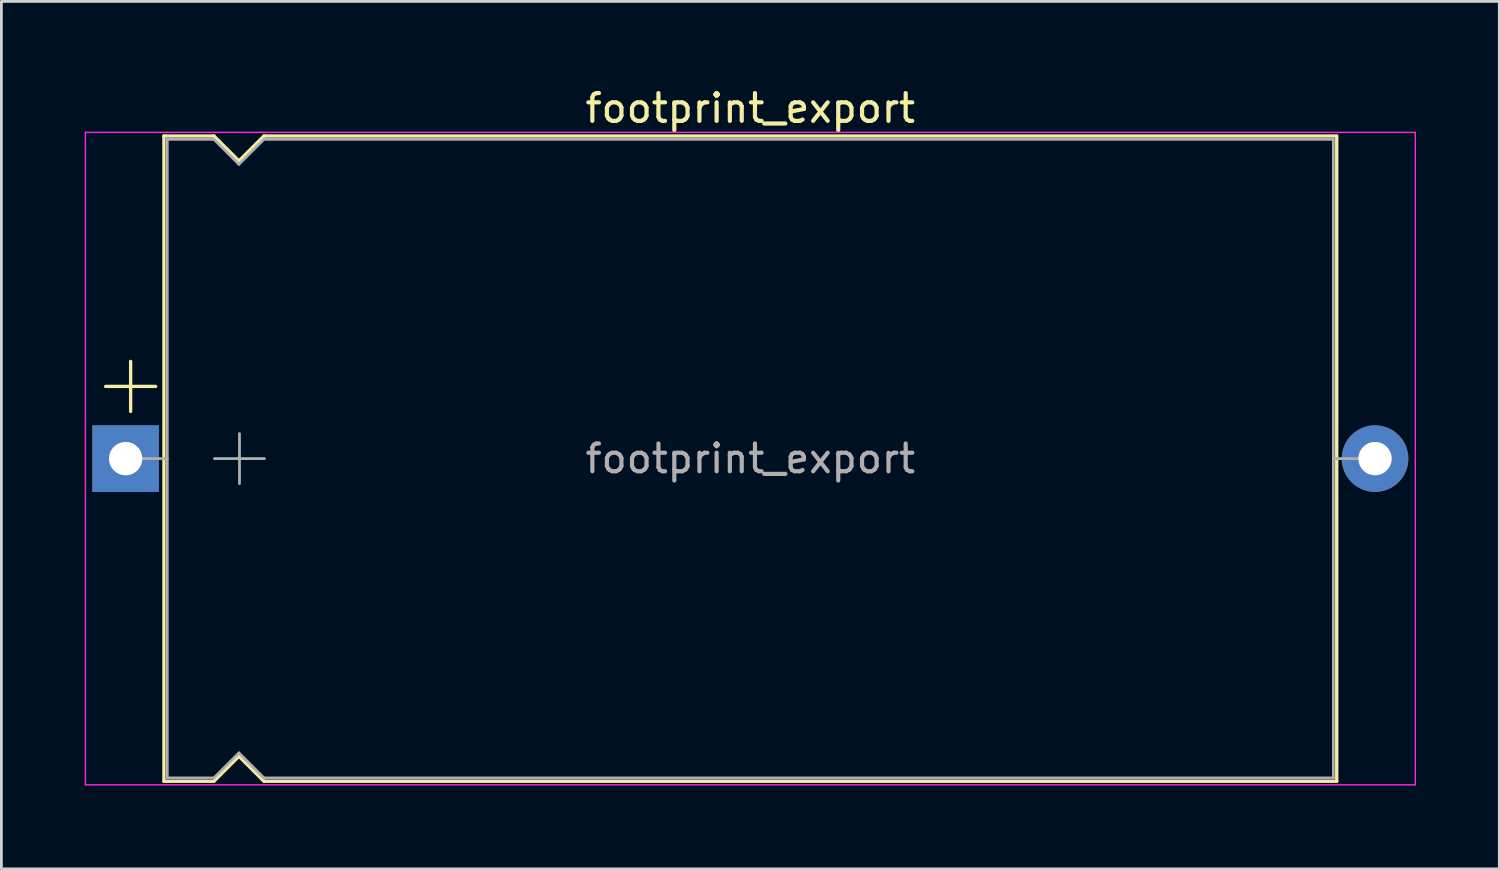
<source format=kicad_pcb>
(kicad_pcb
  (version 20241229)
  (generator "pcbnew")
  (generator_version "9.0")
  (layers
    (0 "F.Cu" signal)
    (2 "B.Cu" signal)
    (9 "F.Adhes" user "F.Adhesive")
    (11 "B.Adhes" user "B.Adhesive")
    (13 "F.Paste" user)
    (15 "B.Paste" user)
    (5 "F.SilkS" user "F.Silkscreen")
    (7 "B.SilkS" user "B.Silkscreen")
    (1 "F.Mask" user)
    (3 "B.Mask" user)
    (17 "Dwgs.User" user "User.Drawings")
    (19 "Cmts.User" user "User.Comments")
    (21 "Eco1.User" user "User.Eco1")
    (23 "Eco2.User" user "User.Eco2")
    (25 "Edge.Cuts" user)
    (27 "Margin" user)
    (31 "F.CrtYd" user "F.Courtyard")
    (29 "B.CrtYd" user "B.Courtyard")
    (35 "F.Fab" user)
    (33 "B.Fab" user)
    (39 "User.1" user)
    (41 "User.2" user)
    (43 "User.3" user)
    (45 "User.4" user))
  (footprint "footprint_export"
    (layer "F.Cu")
    (at 1.475 13.468)
    (property "Reference" "footprint_export" (at 22.5 -12.62 0) (layer "F.SilkS") (effects (font (size 1 1) (thickness 0.15))))
    (attr through_hole)
    (fp_line (start -0.72 -2.6) (end 1.08 -2.6) (stroke (width 0.12) (type solid)) (layer "F.SilkS"))
    (fp_line (start 0.18 -3.5) (end 0.18 -1.7) (stroke (width 0.12) (type solid)) (layer "F.SilkS"))
    (fp_line (start 1.38 -11.62) (end 1.38 11.62) (stroke (width 0.12) (type solid)) (layer "F.SilkS"))
    (fp_line (start 1.38 -11.62) (end 3.18 -11.62) (stroke (width 0.12) (type solid)) (layer "F.SilkS"))
    (fp_line (start 1.38 11.62) (end 3.18 11.62) (stroke (width 0.12) (type solid)) (layer "F.SilkS"))
    (fp_line (start 3.18 -11.62) (end 4.08 -10.72) (stroke (width 0.12) (type solid)) (layer "F.SilkS"))
    (fp_line (start 3.18 11.62) (end 4.08 10.72) (stroke (width 0.12) (type solid)) (layer "F.SilkS"))
    (fp_line (start 4.08 -10.72) (end 4.98 -11.62) (stroke (width 0.12) (type solid)) (layer "F.SilkS"))
    (fp_line (start 4.08 10.72) (end 4.98 11.62) (stroke (width 0.12) (type solid)) (layer "F.SilkS"))
    (fp_line (start 4.98 -11.62) (end 43.62 -11.62) (stroke (width 0.12) (type solid)) (layer "F.SilkS"))
    (fp_line (start 4.98 11.62) (end 43.62 11.62) (stroke (width 0.12) (type solid)) (layer "F.SilkS"))
    (fp_line (start 43.62 -11.62) (end 43.62 11.62) (stroke (width 0.12) (type solid)) (layer "F.SilkS"))
    (fp_line (start -1.45 -11.75) (end -1.45 11.75) (stroke (width 0.05) (type solid)) (layer "F.CrtYd"))
    (fp_line (start -1.45 11.75) (end 46.45 11.75) (stroke (width 0.05) (type solid)) (layer "F.CrtYd"))
    (fp_line (start 46.45 -11.75) (end -1.45 -11.75) (stroke (width 0.05) (type solid)) (layer "F.CrtYd"))
    (fp_line (start 46.45 11.75) (end 46.45 -11.75) (stroke (width 0.05) (type solid)) (layer "F.CrtYd"))
    (fp_line (start 0 0) (end 1.5 0) (stroke (width 0.1) (type solid)) (layer "F.Fab"))
    (fp_line (start 1.5 -11.5) (end 1.5 11.5) (stroke (width 0.1) (type solid)) (layer "F.Fab"))
    (fp_line (start 1.5 -11.5) (end 3.18 -11.5) (stroke (width 0.1) (type solid)) (layer "F.Fab"))
    (fp_line (start 1.5 11.5) (end 3.18 11.5) (stroke (width 0.1) (type solid)) (layer "F.Fab"))
    (fp_line (start 3.18 -11.5) (end 4.08 -10.6) (stroke (width 0.1) (type solid)) (layer "F.Fab"))
    (fp_line (start 3.18 11.5) (end 4.08 10.6) (stroke (width 0.1) (type solid)) (layer "F.Fab"))
    (fp_line (start 3.2 0) (end 5 0) (stroke (width 0.1) (type solid)) (layer "F.Fab"))
    (fp_line (start 4.08 -10.6) (end 4.98 -11.5) (stroke (width 0.1) (type solid)) (layer "F.Fab"))
    (fp_line (start 4.08 10.6) (end 4.98 11.5) (stroke (width 0.1) (type solid)) (layer "F.Fab"))
    (fp_line (start 4.1 -0.9) (end 4.1 0.9) (stroke (width 0.1) (type solid)) (layer "F.Fab"))
    (fp_line (start 4.98 -11.5) (end 43.5 -11.5) (stroke (width 0.1) (type solid)) (layer "F.Fab"))
    (fp_line (start 4.98 11.5) (end 43.5 11.5) (stroke (width 0.1) (type solid)) (layer "F.Fab"))
    (fp_line (start 43.5 -11.5) (end 43.5 11.5) (stroke (width 0.1) (type solid)) (layer "F.Fab"))
    (fp_line (start 45 0) (end 43.5 0) (stroke (width 0.1) (type solid)) (layer "F.Fab"))
    (fp_text user "${REFERENCE}" (at 22.5 0 0) (layer "F.Fab") (effects (font (size 1 1) (thickness 0.15))))
    (pad "1" thru_hole rect (at 0 0) (size 2.4 2.4) (drill 1.2) (layers "*.Cu" "*.Mask"))
    (pad "2" thru_hole oval (at 45 0) (size 2.4 2.4) (drill 1.2) (layers "*.Cu" "*.Mask")))
  (gr_rect
    (start -3 -3)
    (end 50.95 28.243)
    (stroke (width 0.1) (type default))
    (fill no)
    (layer "Edge.Cuts")))
</source>
